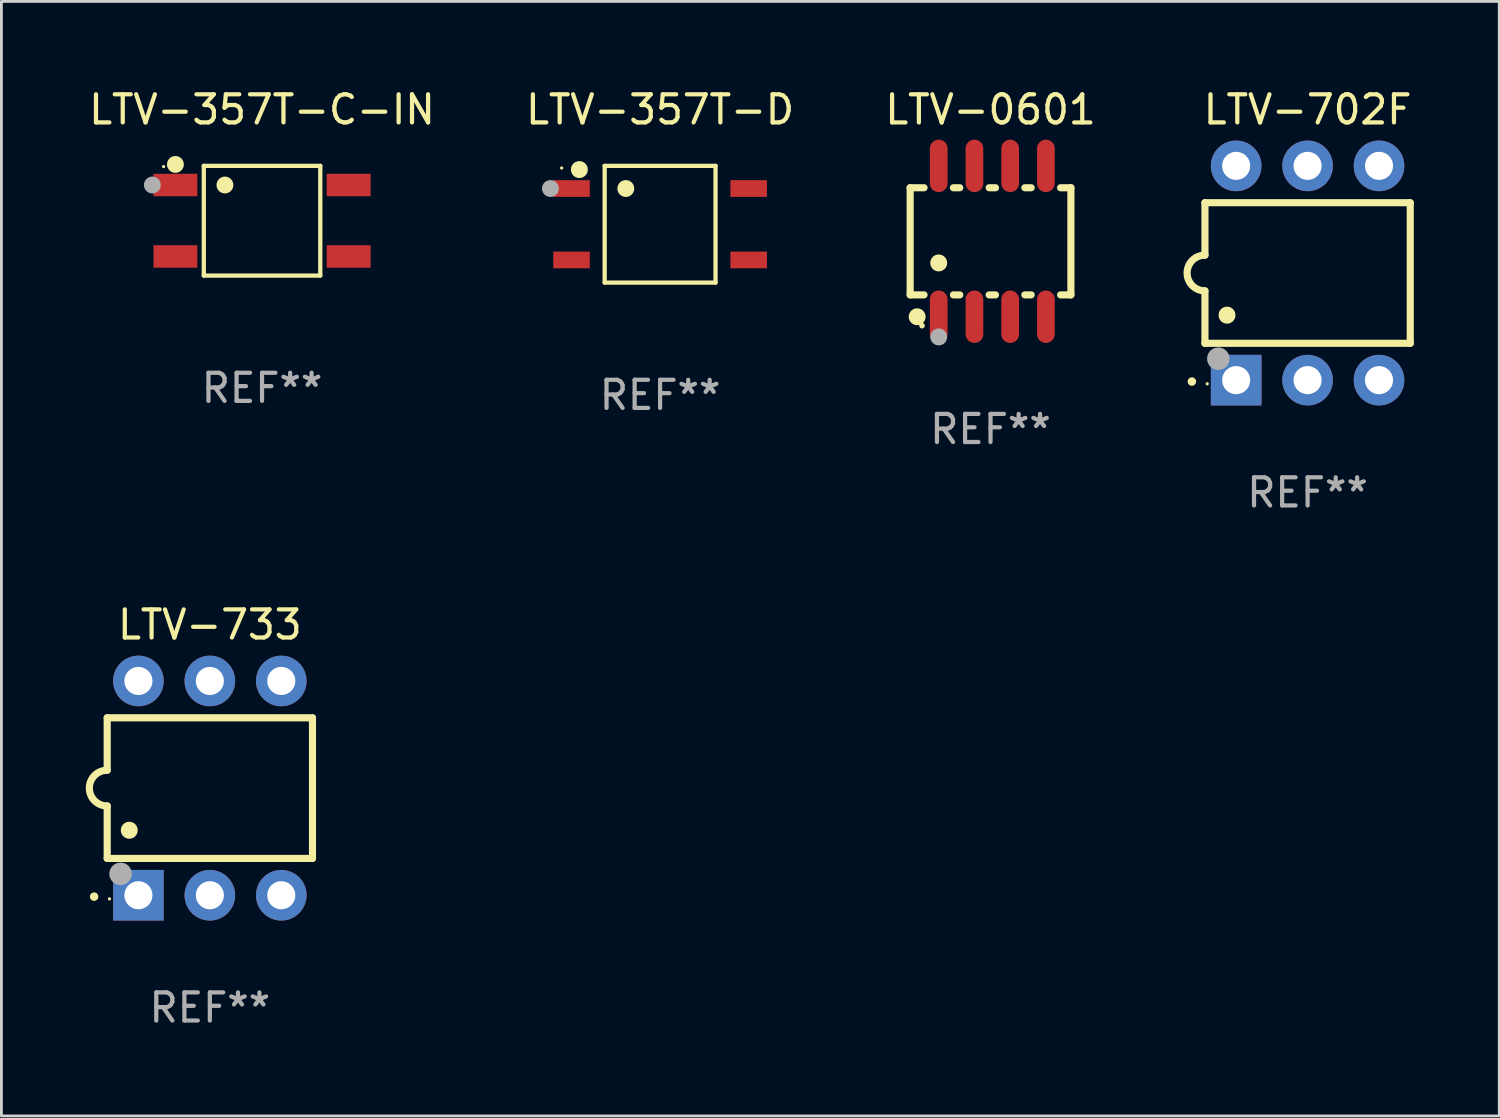
<source format=kicad_pcb>
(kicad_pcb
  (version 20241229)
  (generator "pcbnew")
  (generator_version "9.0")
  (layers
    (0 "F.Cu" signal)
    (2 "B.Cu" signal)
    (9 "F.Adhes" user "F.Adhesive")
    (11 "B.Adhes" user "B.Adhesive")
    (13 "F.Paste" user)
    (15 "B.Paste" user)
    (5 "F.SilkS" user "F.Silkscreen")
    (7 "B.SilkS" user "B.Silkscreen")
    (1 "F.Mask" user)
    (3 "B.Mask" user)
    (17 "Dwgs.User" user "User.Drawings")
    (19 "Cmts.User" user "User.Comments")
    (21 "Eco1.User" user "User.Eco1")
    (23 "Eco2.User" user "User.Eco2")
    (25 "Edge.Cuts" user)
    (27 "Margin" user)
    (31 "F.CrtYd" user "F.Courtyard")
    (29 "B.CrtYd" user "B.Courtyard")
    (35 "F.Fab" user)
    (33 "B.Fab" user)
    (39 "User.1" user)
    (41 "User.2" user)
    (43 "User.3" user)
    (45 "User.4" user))
  (footprint "LTV-702F"
    (layer "F.Cu")
    (at 43.448 6.658)
    (property "Reference" "LTV-702F" (at 0 -5.81 0) (layer "F.SilkS") (effects (font (size 1 1) (thickness 0.15))))
    (attr through_hole)
    (fp_line (start -3.65 -2.5) (end 3.65 -2.5) (stroke (width 0.254) (type solid)) (layer "F.SilkS"))
    (fp_line (start -3.65 -0.635) (end -3.65 -2.5) (stroke (width 0.254) (type solid)) (layer "F.SilkS"))
    (fp_line (start -3.65 0.635) (end -3.65 2.5) (stroke (width 0.254) (type solid)) (layer "F.SilkS"))
    (fp_line (start -3.65 2.5) (end 3.65 2.5) (stroke (width 0.254) (type solid)) (layer "F.SilkS"))
    (fp_line (start 3.65 -2.5) (end 3.65 2.5) (stroke (width 0.254) (type solid)) (layer "F.SilkS"))
    (fp_arc (start -4.114808 3.860808) (mid -4.114813 3.859538) (end -4.114808 3.858268) (stroke (width 0.3) (type solid)) (layer "F.SilkS"))
    (fp_arc (start -3.650013 0.635001) (mid -4.285014 0) (end -3.650013 -0.635001) (stroke (width 0.254001) (type solid)) (layer "F.SilkS"))
    (fp_arc (start -2.865405 1.501143) (mid -2.865416 1.498603) (end -2.865405 1.496063) (stroke (width 0.6) (type solid)) (layer "F.SilkS"))
    (fp_circle (center -3.57 3.94) (end -3.54 3.94) (stroke (width 0.06) (type solid)) (fill no) (layer "F.SilkS"))
    (fp_circle (center -3.175 3.048) (end -2.975 3.048) (stroke (width 0.4) (type solid)) (fill no) (layer "F.Fab"))
    (fp_text user "REF**" (at 0 7.81 0) (layer "F.Fab") (effects (font (size 1 1) (thickness 0.15))))
    (pad "1" thru_hole rect (at -2.54 3.81 90) (size 1.8 1.8) (drill 1) (layers "*.Cu" "*.Mask"))
    (pad "2" thru_hole circle (at 0 3.81) (size 1.8 1.8) (drill 1) (layers "*.Cu" "*.Mask"))
    (pad "3" thru_hole circle (at 2.54 3.81) (size 1.8 1.8) (drill 1) (layers "*.Cu" "*.Mask"))
    (pad "4" thru_hole circle (at 2.54 -3.81) (size 1.8 1.8) (drill 1) (layers "*.Cu" "*.Mask"))
    (pad "5" thru_hole circle (at 0 -3.81) (size 1.8 1.8) (drill 1) (layers "*.Cu" "*.Mask"))
    (pad "6" thru_hole circle (at -2.54 -3.81) (size 1.8 1.8) (drill 1) (layers "*.Cu" "*.Mask")))
  (footprint "LTV-0601"
    (layer "F.Cu")
    (at 32.173 5.531)
    (property "Reference" "LTV-0601" (at 0 -4.682 0) (layer "F.SilkS") (effects (font (size 1 1) (thickness 0.15))))
    (attr through_hole)
    (fp_line (start -2.858 -1.905) (end -2.364 -1.905) (stroke (width 0.254) (type solid)) (layer "F.SilkS"))
    (fp_line (start -2.858 1.905) (end -2.858 -1.905) (stroke (width 0.254) (type solid)) (layer "F.SilkS"))
    (fp_line (start -2.364 1.905) (end -2.858 1.905) (stroke (width 0.254) (type solid)) (layer "F.SilkS"))
    (fp_line (start -1.319 -1.905) (end -1.094 -1.905) (stroke (width 0.254) (type solid)) (layer "F.SilkS"))
    (fp_line (start -1.094 1.905) (end -1.319 1.905) (stroke (width 0.254) (type solid)) (layer "F.SilkS"))
    (fp_line (start -0.049 -1.905) (end 0.176 -1.905) (stroke (width 0.254) (type solid)) (layer "F.SilkS"))
    (fp_line (start 0.176 1.905) (end -0.049 1.905) (stroke (width 0.254) (type solid)) (layer "F.SilkS"))
    (fp_line (start 1.221 -1.905) (end 1.446 -1.905) (stroke (width 0.254) (type solid)) (layer "F.SilkS"))
    (fp_line (start 1.446 1.905) (end 1.221 1.905) (stroke (width 0.254) (type solid)) (layer "F.SilkS"))
    (fp_line (start 2.491 -1.905) (end 2.858 -1.905) (stroke (width 0.254) (type solid)) (layer "F.SilkS"))
    (fp_line (start 2.858 -1.905) (end 2.858 1.905) (stroke (width 0.254) (type solid)) (layer "F.SilkS"))
    (fp_line (start 2.858 1.905) (end 2.491 1.905) (stroke (width 0.254) (type solid)) (layer "F.SilkS"))
    (fp_circle (center -2.609 2.682) (end -2.459 2.682) (stroke (width 0.3) (type solid)) (fill no) (layer "F.SilkS"))
    (fp_circle (center -2.436 3) (end -2.386 3) (stroke (width 0.1) (type solid)) (fill no) (layer "F.SilkS"))
    (fp_circle (center -1.842 0.769) (end -1.691 0.769) (stroke (width 0.3) (type solid)) (fill no) (layer "F.SilkS"))
    (fp_circle (center -1.842 3.4) (end -1.691 3.4) (stroke (width 0.3) (type solid)) (fill no) (layer "F.Fab"))
    (fp_text user "REF**" (at 0 6.682 0) (layer "F.Fab") (effects (font (size 1 1) (thickness 0.15))))
    (pad "1" smd oval (at -1.842 2.682) (size 0.63 1.865) (layers "F.Cu" "F.Mask" "F.Paste"))
    (pad "2" smd oval (at -0.572 2.682) (size 0.63 1.865) (layers "F.Cu" "F.Mask" "F.Paste"))
    (pad "3" smd oval (at 0.699 2.682) (size 0.63 1.865) (layers "F.Cu" "F.Mask" "F.Paste"))
    (pad "4" smd oval (at 1.969 2.682) (size 0.63 1.865) (layers "F.Cu" "F.Mask" "F.Paste"))
    (pad "5" smd oval (at 1.969 -2.682) (size 0.63 1.865) (layers "F.Cu" "F.Mask" "F.Paste"))
    (pad "6" smd oval (at 0.699 -2.682) (size 0.63 1.865) (layers "F.Cu" "F.Mask" "F.Paste"))
    (pad "7" smd oval (at -0.572 -2.682) (size 0.63 1.865) (layers "F.Cu" "F.Mask" "F.Paste"))
    (pad "8" smd oval (at -1.842 -2.682) (size 0.63 1.865) (layers "F.Cu" "F.Mask" "F.Paste")))
  (footprint "LTV-357T-D"
    (layer "F.Cu")
    (at 20.423 4.924)
    (property "Reference" "LTV-357T-D" (at 0 -4.076 0) (layer "F.SilkS") (effects (font (size 1 1) (thickness 0.15))))
    (attr through_hole)
    (fp_line (start -1.971 -2.076) (end 1.971 -2.076) (stroke (width 0.152) (type solid)) (layer "F.SilkS"))
    (fp_line (start -1.971 2.076) (end -1.971 -2.076) (stroke (width 0.152) (type solid)) (layer "F.SilkS"))
    (fp_line (start 1.971 -2.076) (end 1.971 2.076) (stroke (width 0.152) (type solid)) (layer "F.SilkS"))
    (fp_line (start 1.971 2.076) (end -1.971 2.076) (stroke (width 0.152) (type solid)) (layer "F.SilkS"))
    (fp_circle (center -3.5 -2) (end -3.47 -2) (stroke (width 0.06) (type solid)) (fill no) (layer "F.SilkS"))
    (fp_circle (center -2.871 -1.944) (end -2.72 -1.944) (stroke (width 0.3) (type solid)) (fill no) (layer "F.SilkS"))
    (fp_circle (center -1.219 -1.27) (end -1.069 -1.27) (stroke (width 0.3) (type solid)) (fill no) (layer "F.SilkS"))
    (fp_circle (center -3.9 -1.27) (end -3.75 -1.27) (stroke (width 0.3) (type solid)) (fill no) (layer "F.Fab"))
    (fp_text user "REF**" (at 0 6.076 0) (layer "F.Fab") (effects (font (size 1 1) (thickness 0.15))))
    (pad "1" smd rect (at -3.15 -1.27 270) (size 0.595 1.3) (layers "F.Cu" "F.Mask" "F.Paste"))
    (pad "2" smd rect (at -3.15 1.27 270) (size 0.595 1.3) (layers "F.Cu" "F.Mask" "F.Paste"))
    (pad "3" smd rect (at 3.15 1.27 270) (size 0.595 1.3) (layers "F.Cu" "F.Mask" "F.Paste"))
    (pad "4" smd rect (at 3.15 -1.27 270) (size 0.595 1.3) (layers "F.Cu" "F.Mask" "F.Paste")))
  (footprint "LTV-357T-C-IN"
    (layer "F.Cu")
    (at 6.268 4.799)
    (property "Reference" "LTV-357T-C-IN" (at 0 -3.951 0) (layer "F.SilkS") (effects (font (size 1 1) (thickness 0.15))))
    (attr through_hole)
    (fp_line (start -2.071 -1.951) (end 2.071 -1.951) (stroke (width 0.152) (type solid)) (layer "F.SilkS"))
    (fp_line (start -2.071 1.951) (end -2.071 -1.951) (stroke (width 0.152) (type solid)) (layer "F.SilkS"))
    (fp_line (start 2.071 -1.951) (end 2.071 1.951) (stroke (width 0.152) (type solid)) (layer "F.SilkS"))
    (fp_line (start 2.071 1.951) (end -2.071 1.951) (stroke (width 0.152) (type solid)) (layer "F.SilkS"))
    (fp_circle (center -3.5 -1.925) (end -3.47 -1.925) (stroke (width 0.06) (type solid)) (fill no) (layer "F.SilkS"))
    (fp_circle (center -3.08 -2.002) (end -2.93 -2.002) (stroke (width 0.3) (type solid)) (fill no) (layer "F.SilkS"))
    (fp_circle (center -1.319 -1.27) (end -1.169 -1.27) (stroke (width 0.3) (type solid)) (fill no) (layer "F.SilkS"))
    (fp_circle (center -3.9 -1.27) (end -3.75 -1.27) (stroke (width 0.3) (type solid)) (fill no) (layer "F.Fab"))
    (fp_text user "REF**" (at 0 5.951 0) (layer "F.Fab") (effects (font (size 1 1) (thickness 0.15))))
    (pad "1" smd rect (at -3.08 -1.27) (size 1.56 0.8) (layers "F.Cu" "F.Mask" "F.Paste"))
    (pad "2" smd rect (at -3.08 1.27) (size 1.56 0.8) (layers "F.Cu" "F.Mask" "F.Paste"))
    (pad "3" smd rect (at 3.08 1.27) (size 1.56 0.8) (layers "F.Cu" "F.Mask" "F.Paste"))
    (pad "4" smd rect (at 3.08 -1.27) (size 1.56 0.8) (layers "F.Cu" "F.Mask" "F.Paste")))
  (footprint "LTV-733"
    (layer "F.Cu")
    (at 4.412 24.975)
    (property "Reference" "LTV-733" (at 0 -5.81 0) (layer "F.SilkS") (effects (font (size 1 1) (thickness 0.15))))
    (attr through_hole)
    (fp_line (start -3.65 -2.5) (end 3.65 -2.5) (stroke (width 0.254) (type solid)) (layer "F.SilkS"))
    (fp_line (start -3.65 -0.635) (end -3.65 -2.5) (stroke (width 0.254) (type solid)) (layer "F.SilkS"))
    (fp_line (start -3.65 0.635) (end -3.65 2.5) (stroke (width 0.254) (type solid)) (layer "F.SilkS"))
    (fp_line (start -3.65 2.5) (end 3.65 2.5) (stroke (width 0.254) (type solid)) (layer "F.SilkS"))
    (fp_line (start 3.65 -2.5) (end 3.65 2.5) (stroke (width 0.254) (type solid)) (layer "F.SilkS"))
    (fp_arc (start -4.114808 3.860808) (mid -4.114813 3.859538) (end -4.114808 3.858268) (stroke (width 0.3) (type solid)) (layer "F.SilkS"))
    (fp_arc (start -3.650013 0.635001) (mid -4.285014 0) (end -3.650013 -0.635001) (stroke (width 0.254001) (type solid)) (layer "F.SilkS"))
    (fp_arc (start -2.865405 1.501143) (mid -2.865416 1.498603) (end -2.865405 1.496063) (stroke (width 0.6) (type solid)) (layer "F.SilkS"))
    (fp_circle (center -3.57 3.94) (end -3.54 3.94) (stroke (width 0.06) (type solid)) (fill no) (layer "F.SilkS"))
    (fp_circle (center -3.175 3.048) (end -2.975 3.048) (stroke (width 0.4) (type solid)) (fill no) (layer "F.Fab"))
    (fp_text user "REF**" (at 0 7.81 0) (layer "F.Fab") (effects (font (size 1 1) (thickness 0.15))))
    (pad "1" thru_hole rect (at -2.54 3.81 90) (size 1.8 1.8) (drill 1) (layers "*.Cu" "*.Mask"))
    (pad "2" thru_hole circle (at 0 3.81) (size 1.8 1.8) (drill 1) (layers "*.Cu" "*.Mask"))
    (pad "3" thru_hole circle (at 2.54 3.81) (size 1.8 1.8) (drill 1) (layers "*.Cu" "*.Mask"))
    (pad "4" thru_hole circle (at 2.54 -3.81) (size 1.8 1.8) (drill 1) (layers "*.Cu" "*.Mask"))
    (pad "5" thru_hole circle (at 0 -3.81) (size 1.8 1.8) (drill 1) (layers "*.Cu" "*.Mask"))
    (pad "6" thru_hole circle (at -2.54 -3.81) (size 1.8 1.8) (drill 1) (layers "*.Cu" "*.Mask")))
  (gr_rect
    (start -3 -3)
    (end 50.263 36.633)
    (stroke (width 0.1) (type default))
    (fill no)
    (layer "Edge.Cuts")))
</source>
